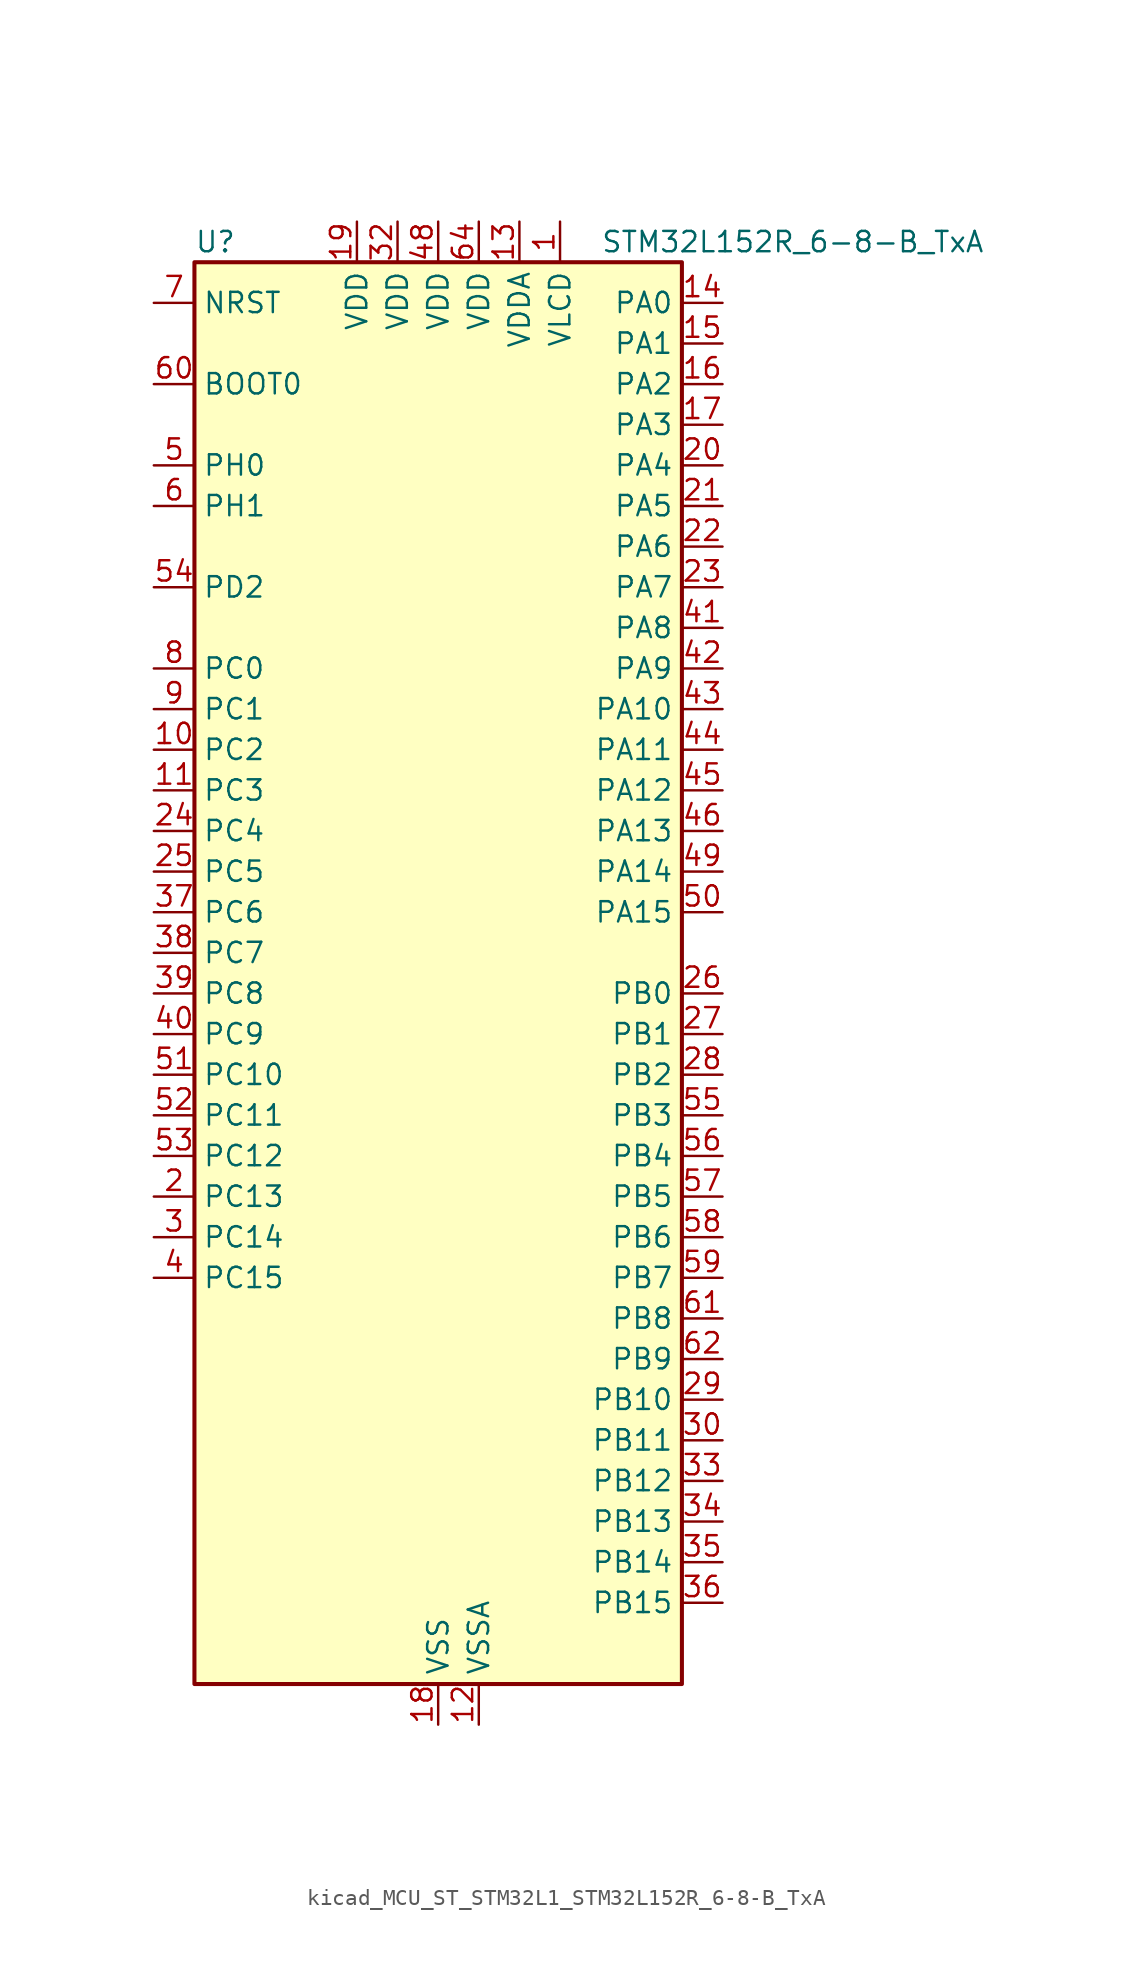
<source format=kicad_sym>
(kicad_symbol_lib
  (version 20220914)
  (generator kicad_symbol_editor)
  (symbol "kicad_MCU_ST_STM32L1_STM32L152R_6-8-B_TxA"
    (property "Reference" "U"
      (at -15.24 46.99 0)
      (effects (font (size 1.27 1.27)) (justify left)))
    (property "Value" "STM32L152R_6-8-B_TxA"
      (at 10.16 46.99 0)
      (effects (font (size 1.27 1.27)) (justify left)))
    (property "ki_locked" ""
      (at 0 0 0)
      (effects (font (size 1.27 1.27))))
    (symbol "kicad_MCU_ST_STM32L1_STM32L152R_6-8-B_TxA_0_1"
      (rectangle (start -15.24 -43.18) (end 15.24 45.72) (stroke (width 0.254) (type default)) (fill (type background))))
    (symbol "kicad_MCU_ST_STM32L1_STM32L152R_6-8-B_TxA_1_1"
      (pin power_in line (at 7.62 48.26 270) (length 2.54) (name "VLCD" (effects (font (size 1.27 1.27)))) (number "1" (effects (font (size 1.27 1.27)))))
      (pin bidirectional line (at -17.78 15.24 0) (length 2.54) (name "PC2" (effects (font (size 1.27 1.27)))) (number "10" (effects (font (size 1.27 1.27)))) (alternate "ADC_IN12" bidirectional line) (alternate "COMP1_INP" bidirectional line) (alternate "LCD_SEG20" bidirectional line) (alternate "TIMX_IC3" bidirectional line) (alternate "TS_G8_IO3" bidirectional line))
      (pin bidirectional line (at -17.78 12.7 0) (length 2.54) (name "PC3" (effects (font (size 1.27 1.27)))) (number "11" (effects (font (size 1.27 1.27)))) (alternate "ADC_IN13" bidirectional line) (alternate "COMP1_INP" bidirectional line) (alternate "LCD_SEG21" bidirectional line) (alternate "TIMX_IC4" bidirectional line) (alternate "TS_G8_IO4" bidirectional line))
      (pin power_in line (at 2.54 -45.72 90) (length 2.54) (name "VSSA" (effects (font (size 1.27 1.27)))) (number "12" (effects (font (size 1.27 1.27)))))
      (pin power_in line (at 5.08 48.26 270) (length 2.54) (name "VDDA" (effects (font (size 1.27 1.27)))) (number "13" (effects (font (size 1.27 1.27)))))
      (pin bidirectional line (at 17.78 43.18 180) (length 2.54) (name "PA0" (effects (font (size 1.27 1.27)))) (number "14" (effects (font (size 1.27 1.27)))) (alternate "ADC_IN0" bidirectional line) (alternate "COMP1_INP" bidirectional line) (alternate "RTC_TAMP2" bidirectional line) (alternate "SYS_WKUP1" bidirectional line) (alternate "TIM2_CH1" bidirectional line) (alternate "TIM2_ETR" bidirectional line) (alternate "TIMX_IC1" bidirectional line) (alternate "TS_G1_IO1" bidirectional line) (alternate "USART2_CTS" bidirectional line))
      (pin bidirectional line (at 17.78 40.64 180) (length 2.54) (name "PA1" (effects (font (size 1.27 1.27)))) (number "15" (effects (font (size 1.27 1.27)))) (alternate "ADC_IN1" bidirectional line) (alternate "COMP1_INP" bidirectional line) (alternate "LCD_SEG0" bidirectional line) (alternate "TIM2_CH2" bidirectional line) (alternate "TIMX_IC2" bidirectional line) (alternate "TS_G1_IO2" bidirectional line) (alternate "USART2_RTS" bidirectional line))
      (pin bidirectional line (at 17.78 38.1 180) (length 2.54) (name "PA2" (effects (font (size 1.27 1.27)))) (number "16" (effects (font (size 1.27 1.27)))) (alternate "ADC_IN2" bidirectional line) (alternate "COMP1_INP" bidirectional line) (alternate "LCD_SEG1" bidirectional line) (alternate "TIM2_CH3" bidirectional line) (alternate "TIM9_CH1" bidirectional line) (alternate "TIMX_IC3" bidirectional line) (alternate "TS_G1_IO3" bidirectional line) (alternate "USART2_TX" bidirectional line))
      (pin bidirectional line (at 17.78 35.56 180) (length 2.54) (name "PA3" (effects (font (size 1.27 1.27)))) (number "17" (effects (font (size 1.27 1.27)))) (alternate "ADC_IN3" bidirectional line) (alternate "COMP1_INP" bidirectional line) (alternate "LCD_SEG2" bidirectional line) (alternate "TIM2_CH4" bidirectional line) (alternate "TIM9_CH2" bidirectional line) (alternate "TIMX_IC4" bidirectional line) (alternate "TS_G1_IO4" bidirectional line) (alternate "USART2_RX" bidirectional line))
      (pin power_in line (at 0 -45.72 90) (length 2.54) (name "VSS" (effects (font (size 1.27 1.27)))) (number "18" (effects (font (size 1.27 1.27)))))
      (pin power_in line (at -5.08 48.26 270) (length 2.54) (name "VDD" (effects (font (size 1.27 1.27)))) (number "19" (effects (font (size 1.27 1.27)))))
      (pin bidirectional line (at -17.78 -12.7 0) (length 2.54) (name "PC13" (effects (font (size 1.27 1.27)))) (number "2" (effects (font (size 1.27 1.27)))) (alternate "RTC_OUT_ALARM" bidirectional line) (alternate "RTC_OUT_CALIB" bidirectional line) (alternate "RTC_TAMP1" bidirectional line) (alternate "RTC_TS" bidirectional line) (alternate "SYS_WKUP2" bidirectional line) (alternate "TIMX_IC2" bidirectional line))
      (pin bidirectional line (at 17.78 33.02 180) (length 2.54) (name "PA4" (effects (font (size 1.27 1.27)))) (number "20" (effects (font (size 1.27 1.27)))) (alternate "ADC_IN4" bidirectional line) (alternate "COMP1_INP" bidirectional line) (alternate "DAC_OUT1" bidirectional line) (alternate "SPI1_NSS" bidirectional line) (alternate "TIMX_IC1" bidirectional line) (alternate "USART2_CK" bidirectional line))
      (pin bidirectional line (at 17.78 30.48 180) (length 2.54) (name "PA5" (effects (font (size 1.27 1.27)))) (number "21" (effects (font (size 1.27 1.27)))) (alternate "ADC_IN5" bidirectional line) (alternate "COMP1_INP" bidirectional line) (alternate "DAC_OUT2" bidirectional line) (alternate "SPI1_SCK" bidirectional line) (alternate "TIM2_CH1" bidirectional line) (alternate "TIM2_ETR" bidirectional line) (alternate "TIMX_IC2" bidirectional line))
      (pin bidirectional line (at 17.78 27.94 180) (length 2.54) (name "PA6" (effects (font (size 1.27 1.27)))) (number "22" (effects (font (size 1.27 1.27)))) (alternate "ADC_IN6" bidirectional line) (alternate "COMP1_INP" bidirectional line) (alternate "LCD_SEG3" bidirectional line) (alternate "SPI1_MISO" bidirectional line) (alternate "TIM10_CH1" bidirectional line) (alternate "TIM3_CH1" bidirectional line) (alternate "TIMX_IC3" bidirectional line) (alternate "TS_G2_IO1" bidirectional line))
      (pin bidirectional line (at 17.78 25.4 180) (length 2.54) (name "PA7" (effects (font (size 1.27 1.27)))) (number "23" (effects (font (size 1.27 1.27)))) (alternate "ADC_IN7" bidirectional line) (alternate "COMP1_INP" bidirectional line) (alternate "LCD_SEG4" bidirectional line) (alternate "SPI1_MOSI" bidirectional line) (alternate "TIM11_CH1" bidirectional line) (alternate "TIM3_CH2" bidirectional line) (alternate "TIMX_IC4" bidirectional line) (alternate "TS_G2_IO2" bidirectional line))
      (pin bidirectional line (at -17.78 10.16 0) (length 2.54) (name "PC4" (effects (font (size 1.27 1.27)))) (number "24" (effects (font (size 1.27 1.27)))) (alternate "ADC_IN14" bidirectional line) (alternate "COMP1_INP" bidirectional line) (alternate "LCD_SEG22" bidirectional line) (alternate "TIMX_IC1" bidirectional line) (alternate "TS_G9_IO1" bidirectional line))
      (pin bidirectional line (at -17.78 7.62 0) (length 2.54) (name "PC5" (effects (font (size 1.27 1.27)))) (number "25" (effects (font (size 1.27 1.27)))) (alternate "ADC_IN15" bidirectional line) (alternate "COMP1_INP" bidirectional line) (alternate "LCD_SEG23" bidirectional line) (alternate "TIMX_IC2" bidirectional line) (alternate "TS_G9_IO2" bidirectional line))
      (pin bidirectional line (at 17.78 0 180) (length 2.54) (name "PB0" (effects (font (size 1.27 1.27)))) (number "26" (effects (font (size 1.27 1.27)))) (alternate "ADC_IN8" bidirectional line) (alternate "COMP1_INP" bidirectional line) (alternate "LCD_SEG5" bidirectional line) (alternate "SYS_V_REF_OUT" bidirectional line) (alternate "TIM3_CH3" bidirectional line) (alternate "TS_G3_IO1" bidirectional line))
      (pin bidirectional line (at 17.78 -2.54 180) (length 2.54) (name "PB1" (effects (font (size 1.27 1.27)))) (number "27" (effects (font (size 1.27 1.27)))) (alternate "ADC_IN9" bidirectional line) (alternate "COMP1_INP" bidirectional line) (alternate "LCD_SEG6" bidirectional line) (alternate "SYS_V_REF_OUT" bidirectional line) (alternate "TIM3_CH4" bidirectional line) (alternate "TS_G3_IO2" bidirectional line))
      (pin bidirectional line (at 17.78 -5.08 180) (length 2.54) (name "PB2" (effects (font (size 1.27 1.27)))) (number "28" (effects (font (size 1.27 1.27)))) (alternate "TS_G3_IO3" bidirectional line))
      (pin bidirectional line (at 17.78 -25.4 180) (length 2.54) (name "PB10" (effects (font (size 1.27 1.27)))) (number "29" (effects (font (size 1.27 1.27)))) (alternate "I2C2_SCL" bidirectional line) (alternate "LCD_SEG10" bidirectional line) (alternate "TIM2_CH3" bidirectional line) (alternate "USART3_TX" bidirectional line))
      (pin bidirectional line (at -17.78 -15.24 0) (length 2.54) (name "PC14" (effects (font (size 1.27 1.27)))) (number "3" (effects (font (size 1.27 1.27)))) (alternate "RCC_OSC32_IN" bidirectional line) (alternate "TIMX_IC3" bidirectional line))
      (pin bidirectional line (at 17.78 -27.94 180) (length 2.54) (name "PB11" (effects (font (size 1.27 1.27)))) (number "30" (effects (font (size 1.27 1.27)))) (alternate "ADC_EXTI11" bidirectional line) (alternate "I2C2_SDA" bidirectional line) (alternate "LCD_SEG11" bidirectional line) (alternate "TIM2_CH4" bidirectional line) (alternate "USART3_RX" bidirectional line))
      (pin passive line (at 0 -45.72 90) (length 2.54) hide (name "VSS" (effects (font (size 1.27 1.27)))) (number "31" (effects (font (size 1.27 1.27)))))
      (pin power_in line (at -2.54 48.26 270) (length 2.54) (name "VDD" (effects (font (size 1.27 1.27)))) (number "32" (effects (font (size 1.27 1.27)))))
      (pin bidirectional line (at 17.78 -30.48 180) (length 2.54) (name "PB12" (effects (font (size 1.27 1.27)))) (number "33" (effects (font (size 1.27 1.27)))) (alternate "ADC_IN18" bidirectional line) (alternate "COMP1_INP" bidirectional line) (alternate "I2C2_SMBA" bidirectional line) (alternate "LCD_SEG12" bidirectional line) (alternate "SPI2_NSS" bidirectional line) (alternate "TIM10_CH1" bidirectional line) (alternate "TS_G7_IO1" bidirectional line) (alternate "USART3_CK" bidirectional line))
      (pin bidirectional line (at 17.78 -33.02 180) (length 2.54) (name "PB13" (effects (font (size 1.27 1.27)))) (number "34" (effects (font (size 1.27 1.27)))) (alternate "ADC_IN19" bidirectional line) (alternate "COMP1_INP" bidirectional line) (alternate "LCD_SEG13" bidirectional line) (alternate "SPI2_SCK" bidirectional line) (alternate "TIM9_CH1" bidirectional line) (alternate "TS_G7_IO2" bidirectional line) (alternate "USART3_CTS" bidirectional line))
      (pin bidirectional line (at 17.78 -35.56 180) (length 2.54) (name "PB14" (effects (font (size 1.27 1.27)))) (number "35" (effects (font (size 1.27 1.27)))) (alternate "ADC_IN20" bidirectional line) (alternate "COMP1_INP" bidirectional line) (alternate "LCD_SEG14" bidirectional line) (alternate "SPI2_MISO" bidirectional line) (alternate "TIM9_CH2" bidirectional line) (alternate "TS_G7_IO3" bidirectional line) (alternate "USART3_RTS" bidirectional line))
      (pin bidirectional line (at 17.78 -38.1 180) (length 2.54) (name "PB15" (effects (font (size 1.27 1.27)))) (number "36" (effects (font (size 1.27 1.27)))) (alternate "ADC_EXTI15" bidirectional line) (alternate "ADC_IN21" bidirectional line) (alternate "COMP1_INP" bidirectional line) (alternate "LCD_SEG15" bidirectional line) (alternate "RTC_REFIN" bidirectional line) (alternate "SPI2_MOSI" bidirectional line) (alternate "TIM11_CH1" bidirectional line) (alternate "TS_G7_IO4" bidirectional line))
      (pin bidirectional line (at -17.78 5.08 0) (length 2.54) (name "PC6" (effects (font (size 1.27 1.27)))) (number "37" (effects (font (size 1.27 1.27)))) (alternate "LCD_SEG24" bidirectional line) (alternate "TIM3_CH1" bidirectional line) (alternate "TIMX_IC3" bidirectional line) (alternate "TS_G10_IO1" bidirectional line))
      (pin bidirectional line (at -17.78 2.54 0) (length 2.54) (name "PC7" (effects (font (size 1.27 1.27)))) (number "38" (effects (font (size 1.27 1.27)))) (alternate "LCD_SEG25" bidirectional line) (alternate "TIM3_CH2" bidirectional line) (alternate "TIMX_IC4" bidirectional line) (alternate "TS_G10_IO2" bidirectional line))
      (pin bidirectional line (at -17.78 0 0) (length 2.54) (name "PC8" (effects (font (size 1.27 1.27)))) (number "39" (effects (font (size 1.27 1.27)))) (alternate "LCD_SEG26" bidirectional line) (alternate "TIM3_CH3" bidirectional line) (alternate "TIMX_IC1" bidirectional line) (alternate "TS_G10_IO3" bidirectional line))
      (pin bidirectional line (at -17.78 -17.78 0) (length 2.54) (name "PC15" (effects (font (size 1.27 1.27)))) (number "4" (effects (font (size 1.27 1.27)))) (alternate "ADC_EXTI15" bidirectional line) (alternate "RCC_OSC32_OUT" bidirectional line) (alternate "TIMX_IC4" bidirectional line))
      (pin bidirectional line (at -17.78 -2.54 0) (length 2.54) (name "PC9" (effects (font (size 1.27 1.27)))) (number "40" (effects (font (size 1.27 1.27)))) (alternate "DAC_EXTI9" bidirectional line) (alternate "LCD_SEG27" bidirectional line) (alternate "TIM3_CH4" bidirectional line) (alternate "TIMX_IC2" bidirectional line) (alternate "TS_G10_IO4" bidirectional line))
      (pin bidirectional line (at 17.78 22.86 180) (length 2.54) (name "PA8" (effects (font (size 1.27 1.27)))) (number "41" (effects (font (size 1.27 1.27)))) (alternate "LCD_COM0" bidirectional line) (alternate "RCC_MCO" bidirectional line) (alternate "TIMX_IC1" bidirectional line) (alternate "TS_G4_IO1" bidirectional line) (alternate "USART1_CK" bidirectional line))
      (pin bidirectional line (at 17.78 20.32 180) (length 2.54) (name "PA9" (effects (font (size 1.27 1.27)))) (number "42" (effects (font (size 1.27 1.27)))) (alternate "DAC_EXTI9" bidirectional line) (alternate "LCD_COM1" bidirectional line) (alternate "TIMX_IC2" bidirectional line) (alternate "TS_G4_IO2" bidirectional line) (alternate "USART1_TX" bidirectional line))
      (pin bidirectional line (at 17.78 17.78 180) (length 2.54) (name "PA10" (effects (font (size 1.27 1.27)))) (number "43" (effects (font (size 1.27 1.27)))) (alternate "LCD_COM2" bidirectional line) (alternate "TIMX_IC3" bidirectional line) (alternate "TS_G4_IO3" bidirectional line) (alternate "USART1_RX" bidirectional line))
      (pin bidirectional line (at 17.78 15.24 180) (length 2.54) (name "PA11" (effects (font (size 1.27 1.27)))) (number "44" (effects (font (size 1.27 1.27)))) (alternate "ADC_EXTI11" bidirectional line) (alternate "SPI1_MISO" bidirectional line) (alternate "TIMX_IC4" bidirectional line) (alternate "USART1_CTS" bidirectional line) (alternate "USB_DM" bidirectional line))
      (pin bidirectional line (at 17.78 12.7 180) (length 2.54) (name "PA12" (effects (font (size 1.27 1.27)))) (number "45" (effects (font (size 1.27 1.27)))) (alternate "SPI1_MOSI" bidirectional line) (alternate "TIMX_IC1" bidirectional line) (alternate "USART1_RTS" bidirectional line) (alternate "USB_DP" bidirectional line))
      (pin bidirectional line (at 17.78 10.16 180) (length 2.54) (name "PA13" (effects (font (size 1.27 1.27)))) (number "46" (effects (font (size 1.27 1.27)))) (alternate "SYS_JTMS-SWDIO" bidirectional line) (alternate "TIMX_IC2" bidirectional line) (alternate "TS_G5_IO1" bidirectional line))
      (pin passive line (at 0 -45.72 90) (length 2.54) hide (name "VSS" (effects (font (size 1.27 1.27)))) (number "47" (effects (font (size 1.27 1.27)))))
      (pin power_in line (at 0 48.26 270) (length 2.54) (name "VDD" (effects (font (size 1.27 1.27)))) (number "48" (effects (font (size 1.27 1.27)))))
      (pin bidirectional line (at 17.78 7.62 180) (length 2.54) (name "PA14" (effects (font (size 1.27 1.27)))) (number "49" (effects (font (size 1.27 1.27)))) (alternate "SYS_JTCK-SWCLK" bidirectional line) (alternate "TIMX_IC3" bidirectional line) (alternate "TS_G5_IO2" bidirectional line))
      (pin bidirectional line (at -17.78 33.02 0) (length 2.54) (name "PH0" (effects (font (size 1.27 1.27)))) (number "5" (effects (font (size 1.27 1.27)))) (alternate "RCC_OSC_IN" bidirectional line))
      (pin bidirectional line (at 17.78 5.08 180) (length 2.54) (name "PA15" (effects (font (size 1.27 1.27)))) (number "50" (effects (font (size 1.27 1.27)))) (alternate "ADC_EXTI15" bidirectional line) (alternate "LCD_SEG17" bidirectional line) (alternate "SPI1_NSS" bidirectional line) (alternate "SYS_JTDI" bidirectional line) (alternate "TIM2_CH1" bidirectional line) (alternate "TIM2_ETR" bidirectional line) (alternate "TIMX_IC4" bidirectional line) (alternate "TS_G5_IO3" bidirectional line))
      (pin bidirectional line (at -17.78 -5.08 0) (length 2.54) (name "PC10" (effects (font (size 1.27 1.27)))) (number "51" (effects (font (size 1.27 1.27)))) (alternate "LCD_COM4" bidirectional line) (alternate "LCD_SEG28" bidirectional line) (alternate "LCD_SEG40" bidirectional line) (alternate "TIMX_IC3" bidirectional line) (alternate "USART3_TX" bidirectional line))
      (pin bidirectional line (at -17.78 -7.62 0) (length 2.54) (name "PC11" (effects (font (size 1.27 1.27)))) (number "52" (effects (font (size 1.27 1.27)))) (alternate "ADC_EXTI11" bidirectional line) (alternate "LCD_COM5" bidirectional line) (alternate "LCD_SEG29" bidirectional line) (alternate "LCD_SEG41" bidirectional line) (alternate "TIMX_IC4" bidirectional line) (alternate "USART3_RX" bidirectional line))
      (pin bidirectional line (at -17.78 -10.16 0) (length 2.54) (name "PC12" (effects (font (size 1.27 1.27)))) (number "53" (effects (font (size 1.27 1.27)))) (alternate "LCD_COM6" bidirectional line) (alternate "LCD_SEG30" bidirectional line) (alternate "LCD_SEG42" bidirectional line) (alternate "TIMX_IC1" bidirectional line) (alternate "USART3_CK" bidirectional line))
      (pin bidirectional line (at -17.78 25.4 0) (length 2.54) (name "PD2" (effects (font (size 1.27 1.27)))) (number "54" (effects (font (size 1.27 1.27)))) (alternate "LCD_COM7" bidirectional line) (alternate "LCD_SEG31" bidirectional line) (alternate "LCD_SEG43" bidirectional line) (alternate "TIM3_ETR" bidirectional line) (alternate "TIMX_IC3" bidirectional line))
      (pin bidirectional line (at 17.78 -7.62 180) (length 2.54) (name "PB3" (effects (font (size 1.27 1.27)))) (number "55" (effects (font (size 1.27 1.27)))) (alternate "COMP2_INM" bidirectional line) (alternate "LCD_SEG7" bidirectional line) (alternate "SPI1_SCK" bidirectional line) (alternate "SYS_JTDO-TRACESWO" bidirectional line) (alternate "TIM2_CH2" bidirectional line))
      (pin bidirectional line (at 17.78 -10.16 180) (length 2.54) (name "PB4" (effects (font (size 1.27 1.27)))) (number "56" (effects (font (size 1.27 1.27)))) (alternate "COMP2_INP" bidirectional line) (alternate "LCD_SEG8" bidirectional line) (alternate "SPI1_MISO" bidirectional line) (alternate "SYS_JTRST" bidirectional line) (alternate "TIM3_CH1" bidirectional line) (alternate "TS_G6_IO1" bidirectional line))
      (pin bidirectional line (at 17.78 -12.7 180) (length 2.54) (name "PB5" (effects (font (size 1.27 1.27)))) (number "57" (effects (font (size 1.27 1.27)))) (alternate "COMP2_INP" bidirectional line) (alternate "I2C1_SMBA" bidirectional line) (alternate "LCD_SEG9" bidirectional line) (alternate "SPI1_MOSI" bidirectional line) (alternate "TIM3_CH2" bidirectional line) (alternate "TS_G6_IO2" bidirectional line))
      (pin bidirectional line (at 17.78 -15.24 180) (length 2.54) (name "PB6" (effects (font (size 1.27 1.27)))) (number "58" (effects (font (size 1.27 1.27)))) (alternate "I2C1_SCL" bidirectional line) (alternate "TIM4_CH1" bidirectional line) (alternate "TS_G6_IO3" bidirectional line) (alternate "USART1_TX" bidirectional line))
      (pin bidirectional line (at 17.78 -17.78 180) (length 2.54) (name "PB7" (effects (font (size 1.27 1.27)))) (number "59" (effects (font (size 1.27 1.27)))) (alternate "I2C1_SDA" bidirectional line) (alternate "SYS_PVD_IN" bidirectional line) (alternate "TIM4_CH2" bidirectional line) (alternate "TS_G6_IO4" bidirectional line) (alternate "USART1_RX" bidirectional line))
      (pin bidirectional line (at -17.78 30.48 0) (length 2.54) (name "PH1" (effects (font (size 1.27 1.27)))) (number "6" (effects (font (size 1.27 1.27)))) (alternate "RCC_OSC_OUT" bidirectional line))
      (pin input line (at -17.78 38.1 0) (length 2.54) (name "BOOT0" (effects (font (size 1.27 1.27)))) (number "60" (effects (font (size 1.27 1.27)))))
      (pin bidirectional line (at 17.78 -20.32 180) (length 2.54) (name "PB8" (effects (font (size 1.27 1.27)))) (number "61" (effects (font (size 1.27 1.27)))) (alternate "I2C1_SCL" bidirectional line) (alternate "LCD_SEG16" bidirectional line) (alternate "TIM10_CH1" bidirectional line) (alternate "TIM4_CH3" bidirectional line))
      (pin bidirectional line (at 17.78 -22.86 180) (length 2.54) (name "PB9" (effects (font (size 1.27 1.27)))) (number "62" (effects (font (size 1.27 1.27)))) (alternate "DAC_EXTI9" bidirectional line) (alternate "I2C1_SDA" bidirectional line) (alternate "LCD_COM3" bidirectional line) (alternate "TIM11_CH1" bidirectional line) (alternate "TIM4_CH4" bidirectional line))
      (pin passive line (at 0 -45.72 90) (length 2.54) hide (name "VSS" (effects (font (size 1.27 1.27)))) (number "63" (effects (font (size 1.27 1.27)))))
      (pin power_in line (at 2.54 48.26 270) (length 2.54) (name "VDD" (effects (font (size 1.27 1.27)))) (number "64" (effects (font (size 1.27 1.27)))))
      (pin input line (at -17.78 43.18 0) (length 2.54) (name "NRST" (effects (font (size 1.27 1.27)))) (number "7" (effects (font (size 1.27 1.27)))))
      (pin bidirectional line (at -17.78 20.32 0) (length 2.54) (name "PC0" (effects (font (size 1.27 1.27)))) (number "8" (effects (font (size 1.27 1.27)))) (alternate "ADC_IN10" bidirectional line) (alternate "COMP1_INP" bidirectional line) (alternate "LCD_SEG18" bidirectional line) (alternate "TIMX_IC1" bidirectional line) (alternate "TS_G8_IO1" bidirectional line))
      (pin bidirectional line (at -17.78 17.78 0) (length 2.54) (name "PC1" (effects (font (size 1.27 1.27)))) (number "9" (effects (font (size 1.27 1.27)))) (alternate "ADC_IN11" bidirectional line) (alternate "COMP1_INP" bidirectional line) (alternate "LCD_SEG19" bidirectional line) (alternate "TIMX_IC2" bidirectional line) (alternate "TS_G8_IO2" bidirectional line)))))
</source>
